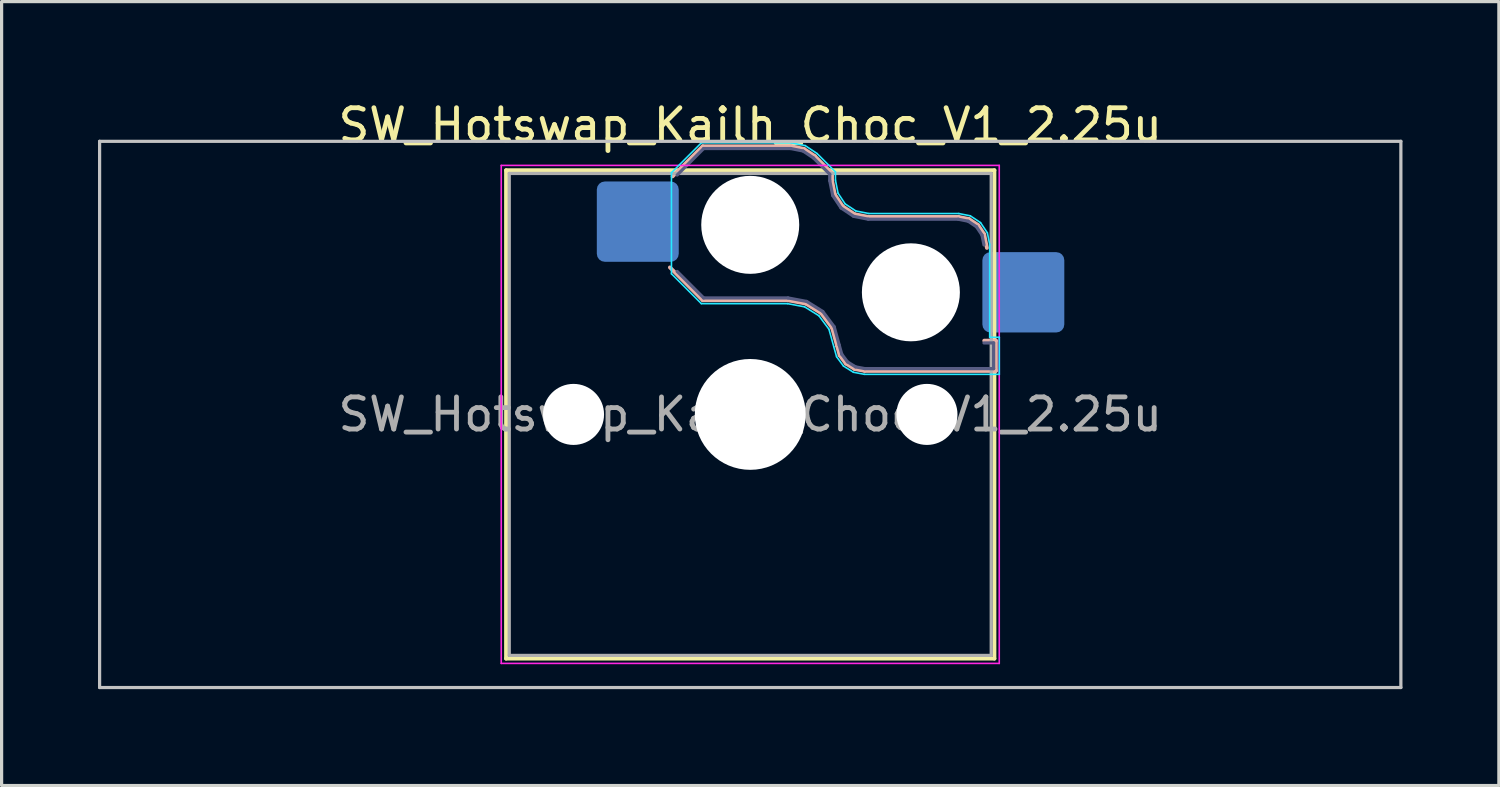
<source format=kicad_pcb>
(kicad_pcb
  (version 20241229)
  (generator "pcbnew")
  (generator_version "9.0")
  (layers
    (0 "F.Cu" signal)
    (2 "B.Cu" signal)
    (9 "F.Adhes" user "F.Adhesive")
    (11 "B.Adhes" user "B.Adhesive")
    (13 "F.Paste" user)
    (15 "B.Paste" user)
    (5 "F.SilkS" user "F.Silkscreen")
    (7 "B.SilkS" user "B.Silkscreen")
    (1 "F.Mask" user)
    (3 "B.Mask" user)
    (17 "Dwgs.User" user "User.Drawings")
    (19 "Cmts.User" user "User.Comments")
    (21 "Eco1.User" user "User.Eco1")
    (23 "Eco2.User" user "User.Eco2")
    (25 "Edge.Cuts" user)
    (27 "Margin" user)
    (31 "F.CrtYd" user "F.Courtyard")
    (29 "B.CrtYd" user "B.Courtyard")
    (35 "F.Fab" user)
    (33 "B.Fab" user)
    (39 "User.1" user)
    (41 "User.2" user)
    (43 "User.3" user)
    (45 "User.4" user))
  (footprint "SW_Hotswap_Kailh_Choc_V1_2.25u"
    (layer "F.Cu")
    (at 20.3 9.848)
    (property "Reference" "SW_Hotswap_Kailh_Choc_V1_2.25u" (at 0 -9 0) (layer "F.SilkS") (effects (font (size 1 1) (thickness 0.15))))
    (attr smd)
    (fp_line (start -7.6 -7.6) (end -7.6 7.6) (stroke (width 0.12) (type solid)) (layer "F.SilkS"))
    (fp_line (start -7.6 7.6) (end 7.6 7.6) (stroke (width 0.12) (type solid)) (layer "F.SilkS"))
    (fp_line (start 7.6 -7.6) (end -7.6 -7.6) (stroke (width 0.12) (type solid)) (layer "F.SilkS"))
    (fp_line (start 7.6 7.6) (end 7.6 -7.6) (stroke (width 0.12) (type solid)) (layer "F.SilkS"))
    (fp_line (start -2.416 -7.409) (end -1.479 -8.346) (stroke (width 0.12) (type solid)) (layer "B.SilkS"))
    (fp_line (start -1.479 -8.346) (end 1.268 -8.346) (stroke (width 0.12) (type solid)) (layer "B.SilkS"))
    (fp_line (start -1.479 -3.554) (end -2.5 -4.575) (stroke (width 0.12) (type solid)) (layer "B.SilkS"))
    (fp_line (start 1.168 -3.554) (end -1.479 -3.554) (stroke (width 0.12) (type solid)) (layer "B.SilkS"))
    (fp_line (start 1.268 -8.346) (end 1.671 -8.266) (stroke (width 0.12) (type solid)) (layer "B.SilkS"))
    (fp_line (start 1.671 -8.266) (end 2.013 -8.037) (stroke (width 0.12) (type solid)) (layer "B.SilkS"))
    (fp_line (start 1.73 -3.449) (end 1.168 -3.554) (stroke (width 0.12) (type solid)) (layer "B.SilkS"))
    (fp_line (start 2.013 -8.037) (end 2.546 -7.504) (stroke (width 0.12) (type solid)) (layer "B.SilkS"))
    (fp_line (start 2.209 -3.15) (end 1.73 -3.449) (stroke (width 0.12) (type solid)) (layer "B.SilkS"))
    (fp_line (start 2.546 -7.504) (end 2.546 -7.282) (stroke (width 0.12) (type solid)) (layer "B.SilkS"))
    (fp_line (start 2.546 -7.282) (end 2.633 -6.844) (stroke (width 0.12) (type solid)) (layer "B.SilkS"))
    (fp_line (start 2.547 -2.697) (end 2.209 -3.15) (stroke (width 0.12) (type solid)) (layer "B.SilkS"))
    (fp_line (start 2.633 -6.844) (end 2.877 -6.477) (stroke (width 0.12) (type solid)) (layer "B.SilkS"))
    (fp_line (start 2.701 -2.139) (end 2.547 -2.697) (stroke (width 0.12) (type solid)) (layer "B.SilkS"))
    (fp_line (start 2.783 -1.841) (end 2.701 -2.139) (stroke (width 0.12) (type solid)) (layer "B.SilkS"))
    (fp_line (start 2.877 -6.477) (end 3.244 -6.233) (stroke (width 0.12) (type solid)) (layer "B.SilkS"))
    (fp_line (start 2.976 -1.583) (end 2.783 -1.841) (stroke (width 0.12) (type solid)) (layer "B.SilkS"))
    (fp_line (start 3.244 -6.233) (end 3.682 -6.146) (stroke (width 0.12) (type solid)) (layer "B.SilkS"))
    (fp_line (start 3.25 -1.413) (end 2.976 -1.583) (stroke (width 0.12) (type solid)) (layer "B.SilkS"))
    (fp_line (start 3.56 -1.354) (end 3.25 -1.413) (stroke (width 0.12) (type solid)) (layer "B.SilkS"))
    (fp_line (start 3.682 -6.146) (end 6.482 -6.146) (stroke (width 0.12) (type solid)) (layer "B.SilkS"))
    (fp_line (start 6.482 -6.146) (end 6.809 -6.081) (stroke (width 0.12) (type solid)) (layer "B.SilkS"))
    (fp_line (start 6.809 -6.081) (end 7.092 -5.892) (stroke (width 0.12) (type solid)) (layer "B.SilkS"))
    (fp_line (start 7.092 -5.892) (end 7.281 -5.609) (stroke (width 0.12) (type solid)) (layer "B.SilkS"))
    (fp_line (start 7.281 -5.609) (end 7.366 -5.182) (stroke (width 0.12) (type solid)) (layer "B.SilkS"))
    (fp_line (start 7.283 -2.296) (end 7.646 -2.296) (stroke (width 0.12) (type solid)) (layer "B.SilkS"))
    (fp_line (start 7.646 -2.296) (end 7.646 -1.354) (stroke (width 0.12) (type solid)) (layer "B.SilkS"))
    (fp_line (start 7.646 -1.354) (end 3.56 -1.354) (stroke (width 0.12) (type solid)) (layer "B.SilkS"))
    (fp_line (start -20.25 -8.5) (end -20.25 8.5) (stroke (width 0.1) (type solid)) (layer "Dwgs.User"))
    (fp_line (start -20.25 8.5) (end 20.25 8.5) (stroke (width 0.1) (type solid)) (layer "Dwgs.User"))
    (fp_line (start 20.25 -8.5) (end -20.25 -8.5) (stroke (width 0.1) (type solid)) (layer "Dwgs.User"))
    (fp_line (start 20.25 8.5) (end 20.25 -8.5) (stroke (width 0.1) (type solid)) (layer "Dwgs.User"))
    (fp_line (start -7.25 -7.25) (end -7.25 7.25) (stroke (width 0.1) (type solid)) (layer "Eco1.User"))
    (fp_line (start -7.25 7.25) (end 7.25 7.25) (stroke (width 0.1) (type solid)) (layer "Eco1.User"))
    (fp_line (start 7.25 -7.25) (end -7.25 -7.25) (stroke (width 0.1) (type solid)) (layer "Eco1.User"))
    (fp_line (start 7.25 7.25) (end 7.25 -7.25) (stroke (width 0.1) (type solid)) (layer "Eco1.User"))
    (fp_line (start -2.452 -7.523) (end -1.523 -8.452) (stroke (width 0.05) (type solid)) (layer "B.CrtYd"))
    (fp_line (start -2.452 -4.377) (end -2.452 -7.523) (stroke (width 0.05) (type solid)) (layer "B.CrtYd"))
    (fp_line (start -1.523 -8.452) (end 1.278 -8.452) (stroke (width 0.05) (type solid)) (layer "B.CrtYd"))
    (fp_line (start -1.523 -3.448) (end -2.452 -4.377) (stroke (width 0.05) (type solid)) (layer "B.CrtYd"))
    (fp_line (start 1.159 -3.448) (end -1.523 -3.448) (stroke (width 0.05) (type solid)) (layer "B.CrtYd"))
    (fp_line (start 1.278 -8.452) (end 1.712 -8.366) (stroke (width 0.05) (type solid)) (layer "B.CrtYd"))
    (fp_line (start 1.691 -3.348) (end 1.159 -3.448) (stroke (width 0.05) (type solid)) (layer "B.CrtYd"))
    (fp_line (start 1.712 -8.366) (end 2.081 -8.119) (stroke (width 0.05) (type solid)) (layer "B.CrtYd"))
    (fp_line (start 2.081 -8.119) (end 2.652 -7.548) (stroke (width 0.05) (type solid)) (layer "B.CrtYd"))
    (fp_line (start 2.136 -3.071) (end 1.691 -3.348) (stroke (width 0.05) (type solid)) (layer "B.CrtYd"))
    (fp_line (start 2.45 -2.65) (end 2.136 -3.071) (stroke (width 0.05) (type solid)) (layer "B.CrtYd"))
    (fp_line (start 2.599 -2.111) (end 2.45 -2.65) (stroke (width 0.05) (type solid)) (layer "B.CrtYd"))
    (fp_line (start 2.652 -7.548) (end 2.652 -7.292) (stroke (width 0.05) (type solid)) (layer "B.CrtYd"))
    (fp_line (start 2.652 -7.292) (end 2.733 -6.885) (stroke (width 0.05) (type solid)) (layer "B.CrtYd"))
    (fp_line (start 2.687 -1.794) (end 2.599 -2.111) (stroke (width 0.05) (type solid)) (layer "B.CrtYd"))
    (fp_line (start 2.733 -6.885) (end 2.953 -6.553) (stroke (width 0.05) (type solid)) (layer "B.CrtYd"))
    (fp_line (start 2.903 -1.503) (end 2.687 -1.794) (stroke (width 0.05) (type solid)) (layer "B.CrtYd"))
    (fp_line (start 2.953 -6.553) (end 3.285 -6.333) (stroke (width 0.05) (type solid)) (layer "B.CrtYd"))
    (fp_line (start 3.211 -1.312) (end 2.903 -1.503) (stroke (width 0.05) (type solid)) (layer "B.CrtYd"))
    (fp_line (start 3.285 -6.333) (end 3.692 -6.252) (stroke (width 0.05) (type solid)) (layer "B.CrtYd"))
    (fp_line (start 3.55 -1.248) (end 3.211 -1.312) (stroke (width 0.05) (type solid)) (layer "B.CrtYd"))
    (fp_line (start 3.692 -6.252) (end 6.492 -6.252) (stroke (width 0.05) (type solid)) (layer "B.CrtYd"))
    (fp_line (start 6.492 -6.252) (end 6.85 -6.181) (stroke (width 0.05) (type solid)) (layer "B.CrtYd"))
    (fp_line (start 6.85 -6.181) (end 7.168 -5.968) (stroke (width 0.05) (type solid)) (layer "B.CrtYd"))
    (fp_line (start 7.168 -5.968) (end 7.381 -5.65) (stroke (width 0.05) (type solid)) (layer "B.CrtYd"))
    (fp_line (start 7.381 -5.65) (end 7.452 -5.292) (stroke (width 0.05) (type solid)) (layer "B.CrtYd"))
    (fp_line (start 7.452 -5.292) (end 7.452 -2.402) (stroke (width 0.05) (type solid)) (layer "B.CrtYd"))
    (fp_line (start 7.452 -2.402) (end 7.752 -2.402) (stroke (width 0.05) (type solid)) (layer "B.CrtYd"))
    (fp_line (start 7.752 -2.402) (end 7.752 -1.248) (stroke (width 0.05) (type solid)) (layer "B.CrtYd"))
    (fp_line (start 7.752 -1.248) (end 3.55 -1.248) (stroke (width 0.05) (type solid)) (layer "B.CrtYd"))
    (fp_line (start -7.75 -7.75) (end -7.75 7.75) (stroke (width 0.05) (type solid)) (layer "F.CrtYd"))
    (fp_line (start -7.75 7.75) (end 7.75 7.75) (stroke (width 0.05) (type solid)) (layer "F.CrtYd"))
    (fp_line (start 7.75 -7.75) (end -7.75 -7.75) (stroke (width 0.05) (type solid)) (layer "F.CrtYd"))
    (fp_line (start 7.75 7.75) (end 7.75 -7.75) (stroke (width 0.05) (type solid)) (layer "F.CrtYd"))
    (fp_line (start -2.275 -7.45) (end -1.45 -8.275) (stroke (width 0.1) (type solid)) (layer "B.Fab"))
    (fp_line (start -1.45 -8.275) (end 1.261 -8.275) (stroke (width 0.1) (type solid)) (layer "B.Fab"))
    (fp_line (start -1.45 -3.625) (end -2.275 -4.45) (stroke (width 0.1) (type solid)) (layer "B.Fab"))
    (fp_line (start 1.175 -3.625) (end -1.45 -3.625) (stroke (width 0.1) (type solid)) (layer "B.Fab"))
    (fp_line (start 1.261 -8.275) (end 1.643 -8.199) (stroke (width 0.1) (type solid)) (layer "B.Fab"))
    (fp_line (start 1.643 -8.199) (end 1.968 -7.982) (stroke (width 0.1) (type solid)) (layer "B.Fab"))
    (fp_line (start 1.756 -3.516) (end 1.175 -3.625) (stroke (width 0.1) (type solid)) (layer "B.Fab"))
    (fp_line (start 1.968 -7.982) (end 2.475 -7.475) (stroke (width 0.1) (type solid)) (layer "B.Fab"))
    (fp_line (start 2.258 -3.203) (end 1.756 -3.516) (stroke (width 0.1) (type solid)) (layer "B.Fab"))
    (fp_line (start 2.475 -7.475) (end 2.475 -7.275) (stroke (width 0.1) (type solid)) (layer "B.Fab"))
    (fp_line (start 2.475 -7.275) (end 2.566 -6.816) (stroke (width 0.1) (type solid)) (layer "B.Fab"))
    (fp_line (start 2.566 -6.816) (end 2.826 -6.426) (stroke (width 0.1) (type solid)) (layer "B.Fab"))
    (fp_line (start 2.612 -2.729) (end 2.258 -3.203) (stroke (width 0.1) (type solid)) (layer "B.Fab"))
    (fp_line (start 2.769 -2.158) (end 2.612 -2.729) (stroke (width 0.1) (type solid)) (layer "B.Fab"))
    (fp_line (start 2.826 -6.426) (end 3.216 -6.166) (stroke (width 0.1) (type solid)) (layer "B.Fab"))
    (fp_line (start 2.848 -1.873) (end 2.769 -2.158) (stroke (width 0.1) (type solid)) (layer "B.Fab"))
    (fp_line (start 3.025 -1.636) (end 2.848 -1.873) (stroke (width 0.1) (type solid)) (layer "B.Fab"))
    (fp_line (start 3.216 -6.166) (end 3.675 -6.075) (stroke (width 0.1) (type solid)) (layer "B.Fab"))
    (fp_line (start 3.276 -1.48) (end 3.025 -1.636) (stroke (width 0.1) (type solid)) (layer "B.Fab"))
    (fp_line (start 3.567 -1.425) (end 3.276 -1.48) (stroke (width 0.1) (type solid)) (layer "B.Fab"))
    (fp_line (start 3.675 -6.075) (end 6.475 -6.075) (stroke (width 0.1) (type solid)) (layer "B.Fab"))
    (fp_line (start 6.475 -6.075) (end 6.781 -6.014) (stroke (width 0.1) (type solid)) (layer "B.Fab"))
    (fp_line (start 6.781 -6.014) (end 7.041 -5.841) (stroke (width 0.1) (type solid)) (layer "B.Fab"))
    (fp_line (start 7.041 -5.841) (end 7.214 -5.581) (stroke (width 0.1) (type solid)) (layer "B.Fab"))
    (fp_line (start 7.214 -5.581) (end 7.275 -5.275) (stroke (width 0.1) (type solid)) (layer "B.Fab"))
    (fp_line (start 7.275 -2.225) (end 7.575 -2.225) (stroke (width 0.1) (type solid)) (layer "B.Fab"))
    (fp_line (start 7.575 -2.225) (end 7.575 -1.425) (stroke (width 0.1) (type solid)) (layer "B.Fab"))
    (fp_line (start 7.575 -1.425) (end 3.567 -1.425) (stroke (width 0.1) (type solid)) (layer "B.Fab"))
    (fp_line (start -7.5 -7.5) (end -7.5 7.5) (stroke (width 0.1) (type solid)) (layer "F.Fab"))
    (fp_line (start -7.5 7.5) (end 7.5 7.5) (stroke (width 0.1) (type solid)) (layer "F.Fab"))
    (fp_line (start 7.5 -7.5) (end -7.5 -7.5) (stroke (width 0.1) (type solid)) (layer "F.Fab"))
    (fp_line (start 7.5 7.5) (end 7.5 -7.5) (stroke (width 0.1) (type solid)) (layer "F.Fab"))
    (fp_text user "${REFERENCE}" (at 0 0 0) (layer "F.Fab") (effects (font (size 1 1) (thickness 0.15))))
    (pad "" np_thru_hole circle (at -5.5 0) (size 1.9 1.9) (drill 1.9) (layers "*.Cu" "*.Mask"))
    (pad "" np_thru_hole circle (at 0 -5.9) (size 3.05 3.05) (drill 3.05) (layers "*.Cu" "*.Mask"))
    (pad "" np_thru_hole circle (at 0 0) (size 3.45 3.45) (drill 3.45) (layers "*.Cu" "*.Mask"))
    (pad "" np_thru_hole circle (at 5 -3.8) (size 3.05 3.05) (drill 3.05) (layers "*.Cu" "*.Mask"))
    (pad "" np_thru_hole circle (at 5.5 0) (size 1.9 1.9) (drill 1.9) (layers "*.Cu" "*.Mask"))
    (pad "1" smd roundrect (at -3.5 -6) (size 2.55 2.5) (layers "B.Cu" "B.Mask" "B.Paste") (roundrect_rratio 0.1))
    (pad "2" smd roundrect (at 8.5 -3.8) (size 2.55 2.5) (layers "B.Cu" "B.Mask" "B.Paste") (roundrect_rratio 0.1)))
  (gr_rect
    (start -3 -3)
    (end 43.6 21.398)
    (stroke (width 0.1) (type default))
    (fill no)
    (layer "Edge.Cuts")))
</source>
